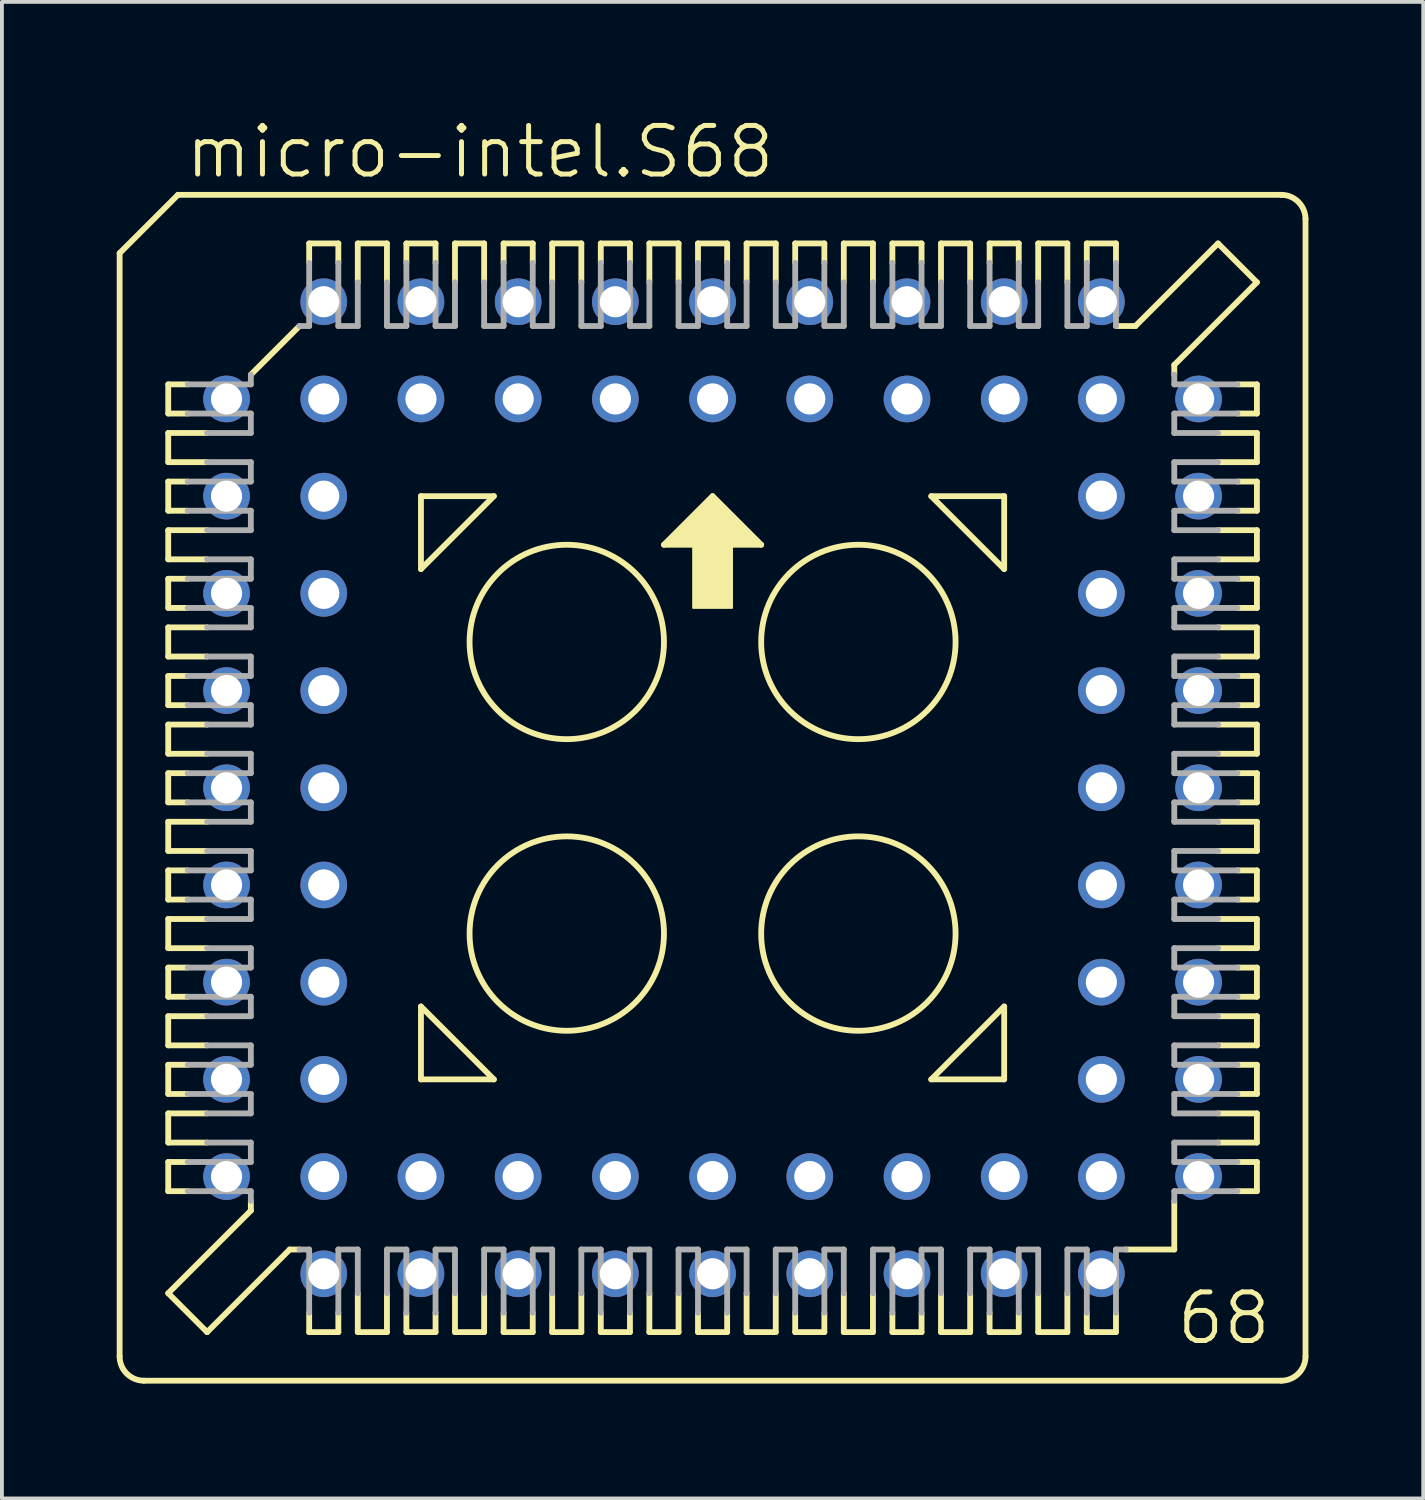
<source format=kicad_pcb>
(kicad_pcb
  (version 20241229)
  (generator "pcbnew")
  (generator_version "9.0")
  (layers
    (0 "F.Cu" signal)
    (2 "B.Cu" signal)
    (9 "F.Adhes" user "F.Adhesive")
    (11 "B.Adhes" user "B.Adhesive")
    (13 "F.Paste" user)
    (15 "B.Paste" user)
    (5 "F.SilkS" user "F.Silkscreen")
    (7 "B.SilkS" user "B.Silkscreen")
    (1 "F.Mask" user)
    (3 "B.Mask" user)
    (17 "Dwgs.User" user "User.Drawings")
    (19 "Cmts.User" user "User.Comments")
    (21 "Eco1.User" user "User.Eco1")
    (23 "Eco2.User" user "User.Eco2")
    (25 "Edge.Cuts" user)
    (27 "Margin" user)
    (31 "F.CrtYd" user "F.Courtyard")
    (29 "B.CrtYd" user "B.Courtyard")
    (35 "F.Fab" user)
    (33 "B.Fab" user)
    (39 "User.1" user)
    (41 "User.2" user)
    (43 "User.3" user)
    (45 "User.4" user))
  (footprint "micro-intel.S68"
    (layer "F.Cu")
    (at 15.57 17.535)
    (property "Reference" "micro-intel.S68" (at -13.843 -15.875 0) (layer "F.SilkS") (effects (font (size 1.27 1.27) (thickness 0.13)) (justify left bottom)))
    (attr through_hole)
    (fp_line (start -15.494 -13.97) (end -15.494 14.859) (stroke (width 0.152) (type default)) (layer "F.SilkS"))
    (fp_line (start -14.224 -10.541) (end -14.224 -9.779) (stroke (width 0.152) (type default)) (layer "F.SilkS"))
    (fp_line (start -14.224 -9.779) (end -13.716 -9.779) (stroke (width 0.152) (type default)) (layer "F.SilkS"))
    (fp_line (start -14.224 -9.271) (end -14.224 -8.509) (stroke (width 0.152) (type default)) (layer "F.SilkS"))
    (fp_line (start -14.224 -8.509) (end -13.208 -8.509) (stroke (width 0.152) (type default)) (layer "F.SilkS"))
    (fp_line (start -14.224 -8.001) (end -13.716 -8.001) (stroke (width 0.152) (type default)) (layer "F.SilkS"))
    (fp_line (start -14.224 -7.239) (end -14.224 -8.001) (stroke (width 0.152) (type default)) (layer "F.SilkS"))
    (fp_line (start -14.224 -6.731) (end -14.224 -5.969) (stroke (width 0.152) (type default)) (layer "F.SilkS"))
    (fp_line (start -14.224 -5.969) (end -13.208 -5.969) (stroke (width 0.152) (type default)) (layer "F.SilkS"))
    (fp_line (start -14.224 -5.461) (end -14.224 -4.699) (stroke (width 0.152) (type default)) (layer "F.SilkS"))
    (fp_line (start -14.224 -4.699) (end -13.716 -4.699) (stroke (width 0.152) (type default)) (layer "F.SilkS"))
    (fp_line (start -14.224 -4.191) (end -14.224 -3.429) (stroke (width 0.152) (type default)) (layer "F.SilkS"))
    (fp_line (start -14.224 -3.429) (end -13.208 -3.429) (stroke (width 0.152) (type default)) (layer "F.SilkS"))
    (fp_line (start -14.224 -2.921) (end -14.224 -2.159) (stroke (width 0.152) (type default)) (layer "F.SilkS"))
    (fp_line (start -14.224 -2.159) (end -13.716 -2.159) (stroke (width 0.152) (type default)) (layer "F.SilkS"))
    (fp_line (start -14.224 -1.651) (end -13.208 -1.651) (stroke (width 0.152) (type default)) (layer "F.SilkS"))
    (fp_line (start -14.224 -0.889) (end -14.224 -1.651) (stroke (width 0.152) (type default)) (layer "F.SilkS"))
    (fp_line (start -14.224 -0.381) (end -13.716 -0.381) (stroke (width 0.152) (type default)) (layer "F.SilkS"))
    (fp_line (start -14.224 0.381) (end -14.224 -0.381) (stroke (width 0.152) (type default)) (layer "F.SilkS"))
    (fp_line (start -14.224 0.889) (end -13.208 0.889) (stroke (width 0.152) (type default)) (layer "F.SilkS"))
    (fp_line (start -14.224 1.651) (end -14.224 0.889) (stroke (width 0.152) (type default)) (layer "F.SilkS"))
    (fp_line (start -14.224 2.159) (end -13.716 2.159) (stroke (width 0.152) (type default)) (layer "F.SilkS"))
    (fp_line (start -14.224 2.921) (end -14.224 2.159) (stroke (width 0.152) (type default)) (layer "F.SilkS"))
    (fp_line (start -14.224 3.429) (end -13.208 3.429) (stroke (width 0.152) (type default)) (layer "F.SilkS"))
    (fp_line (start -14.224 4.191) (end -14.224 3.429) (stroke (width 0.152) (type default)) (layer "F.SilkS"))
    (fp_line (start -14.224 4.699) (end -13.716 4.699) (stroke (width 0.152) (type default)) (layer "F.SilkS"))
    (fp_line (start -14.224 5.461) (end -14.224 4.699) (stroke (width 0.152) (type default)) (layer "F.SilkS"))
    (fp_line (start -14.224 5.969) (end -14.224 6.731) (stroke (width 0.152) (type default)) (layer "F.SilkS"))
    (fp_line (start -14.224 6.731) (end -13.208 6.731) (stroke (width 0.152) (type default)) (layer "F.SilkS"))
    (fp_line (start -14.224 7.239) (end -14.224 8.001) (stroke (width 0.152) (type default)) (layer "F.SilkS"))
    (fp_line (start -14.224 8.001) (end -13.716 8.001) (stroke (width 0.152) (type default)) (layer "F.SilkS"))
    (fp_line (start -14.224 8.509) (end -14.224 9.271) (stroke (width 0.152) (type default)) (layer "F.SilkS"))
    (fp_line (start -14.224 9.271) (end -13.208 9.271) (stroke (width 0.152) (type default)) (layer "F.SilkS"))
    (fp_line (start -14.224 9.779) (end -13.716 9.779) (stroke (width 0.152) (type default)) (layer "F.SilkS"))
    (fp_line (start -14.224 10.541) (end -14.224 9.779) (stroke (width 0.152) (type default)) (layer "F.SilkS"))
    (fp_line (start -14.224 13.208) (end -12.065 11.049) (stroke (width 0.152) (type default)) (layer "F.SilkS"))
    (fp_line (start -13.97 -15.494) (end -15.494 -13.97) (stroke (width 0.152) (type default)) (layer "F.SilkS"))
    (fp_line (start -13.716 -10.541) (end -14.224 -10.541) (stroke (width 0.152) (type default)) (layer "F.SilkS"))
    (fp_line (start -13.716 -7.239) (end -14.224 -7.239) (stroke (width 0.152) (type default)) (layer "F.SilkS"))
    (fp_line (start -13.716 -5.461) (end -14.224 -5.461) (stroke (width 0.152) (type default)) (layer "F.SilkS"))
    (fp_line (start -13.716 -2.921) (end -14.224 -2.921) (stroke (width 0.152) (type default)) (layer "F.SilkS"))
    (fp_line (start -13.716 0.381) (end -14.224 0.381) (stroke (width 0.152) (type default)) (layer "F.SilkS"))
    (fp_line (start -13.716 2.921) (end -14.224 2.921) (stroke (width 0.152) (type default)) (layer "F.SilkS"))
    (fp_line (start -13.716 5.461) (end -14.224 5.461) (stroke (width 0.152) (type default)) (layer "F.SilkS"))
    (fp_line (start -13.716 7.239) (end -14.224 7.239) (stroke (width 0.152) (type default)) (layer "F.SilkS"))
    (fp_line (start -13.716 10.541) (end -14.224 10.541) (stroke (width 0.152) (type default)) (layer "F.SilkS"))
    (fp_line (start -13.208 -9.271) (end -14.224 -9.271) (stroke (width 0.152) (type default)) (layer "F.SilkS"))
    (fp_line (start -13.208 -6.731) (end -14.224 -6.731) (stroke (width 0.152) (type default)) (layer "F.SilkS"))
    (fp_line (start -13.208 -4.191) (end -14.224 -4.191) (stroke (width 0.152) (type default)) (layer "F.SilkS"))
    (fp_line (start -13.208 -0.889) (end -14.224 -0.889) (stroke (width 0.152) (type default)) (layer "F.SilkS"))
    (fp_line (start -13.208 1.651) (end -14.224 1.651) (stroke (width 0.152) (type default)) (layer "F.SilkS"))
    (fp_line (start -13.208 4.191) (end -14.224 4.191) (stroke (width 0.152) (type default)) (layer "F.SilkS"))
    (fp_line (start -13.208 5.969) (end -14.224 5.969) (stroke (width 0.152) (type default)) (layer "F.SilkS"))
    (fp_line (start -13.208 8.509) (end -14.224 8.509) (stroke (width 0.152) (type default)) (layer "F.SilkS"))
    (fp_line (start -13.208 14.224) (end -14.224 13.208) (stroke (width 0.152) (type default)) (layer "F.SilkS"))
    (fp_line (start -13.208 14.224) (end -11.049 12.065) (stroke (width 0.152) (type default)) (layer "F.SilkS"))
    (fp_line (start -12.065 -10.795) (end -10.795 -12.065) (stroke (width 0.152) (type default)) (layer "F.SilkS"))
    (fp_line (start -12.065 11.049) (end -12.065 10.795) (stroke (width 0.152) (type default)) (layer "F.SilkS"))
    (fp_line (start -11.049 12.065) (end -10.795 12.065) (stroke (width 0.152) (type default)) (layer "F.SilkS"))
    (fp_line (start -10.541 -14.224) (end -10.541 -13.716) (stroke (width 0.152) (type default)) (layer "F.SilkS"))
    (fp_line (start -10.541 13.716) (end -10.541 14.224) (stroke (width 0.152) (type default)) (layer "F.SilkS"))
    (fp_line (start -10.541 14.224) (end -9.779 14.224) (stroke (width 0.152) (type default)) (layer "F.SilkS"))
    (fp_line (start -9.779 -14.224) (end -10.541 -14.224) (stroke (width 0.152) (type default)) (layer "F.SilkS"))
    (fp_line (start -9.779 -13.716) (end -9.779 -14.224) (stroke (width 0.152) (type default)) (layer "F.SilkS"))
    (fp_line (start -9.779 14.224) (end -9.779 13.716) (stroke (width 0.152) (type default)) (layer "F.SilkS"))
    (fp_line (start -9.271 -14.224) (end -9.271 -13.208) (stroke (width 0.152) (type default)) (layer "F.SilkS"))
    (fp_line (start -9.271 13.208) (end -9.271 14.224) (stroke (width 0.152) (type default)) (layer "F.SilkS"))
    (fp_line (start -9.271 14.224) (end -8.509 14.224) (stroke (width 0.152) (type default)) (layer "F.SilkS"))
    (fp_line (start -8.509 -14.224) (end -9.271 -14.224) (stroke (width 0.152) (type default)) (layer "F.SilkS"))
    (fp_line (start -8.509 -13.208) (end -8.509 -14.224) (stroke (width 0.152) (type default)) (layer "F.SilkS"))
    (fp_line (start -8.509 14.224) (end -8.509 13.208) (stroke (width 0.152) (type default)) (layer "F.SilkS"))
    (fp_line (start -8.001 -14.224) (end -8.001 -13.716) (stroke (width 0.152) (type default)) (layer "F.SilkS"))
    (fp_line (start -8.001 14.224) (end -8.001 13.716) (stroke (width 0.152) (type default)) (layer "F.SilkS"))
    (fp_line (start -7.62 -7.62) (end -5.715 -7.62) (stroke (width 0.152) (type default)) (layer "F.SilkS"))
    (fp_line (start -7.62 -5.715) (end -7.62 -7.62) (stroke (width 0.152) (type default)) (layer "F.SilkS"))
    (fp_line (start -7.62 5.715) (end -5.715 7.62) (stroke (width 0.152) (type default)) (layer "F.SilkS"))
    (fp_line (start -7.62 7.62) (end -7.62 5.715) (stroke (width 0.152) (type default)) (layer "F.SilkS"))
    (fp_line (start -7.239 -14.224) (end -8.001 -14.224) (stroke (width 0.152) (type default)) (layer "F.SilkS"))
    (fp_line (start -7.239 -13.716) (end -7.239 -14.224) (stroke (width 0.152) (type default)) (layer "F.SilkS"))
    (fp_line (start -7.239 13.716) (end -7.239 14.224) (stroke (width 0.152) (type default)) (layer "F.SilkS"))
    (fp_line (start -7.239 14.224) (end -8.001 14.224) (stroke (width 0.152) (type default)) (layer "F.SilkS"))
    (fp_line (start -6.731 -14.224) (end -6.731 -13.208) (stroke (width 0.152) (type default)) (layer "F.SilkS"))
    (fp_line (start -6.731 13.208) (end -6.731 14.224) (stroke (width 0.152) (type default)) (layer "F.SilkS"))
    (fp_line (start -6.731 14.224) (end -5.969 14.224) (stroke (width 0.152) (type default)) (layer "F.SilkS"))
    (fp_line (start -5.969 -14.224) (end -6.731 -14.224) (stroke (width 0.152) (type default)) (layer "F.SilkS"))
    (fp_line (start -5.969 -13.208) (end -5.969 -14.224) (stroke (width 0.152) (type default)) (layer "F.SilkS"))
    (fp_line (start -5.969 14.224) (end -5.969 13.208) (stroke (width 0.152) (type default)) (layer "F.SilkS"))
    (fp_line (start -5.715 -7.62) (end -7.62 -5.715) (stroke (width 0.152) (type default)) (layer "F.SilkS"))
    (fp_line (start -5.715 7.62) (end -7.62 7.62) (stroke (width 0.152) (type default)) (layer "F.SilkS"))
    (fp_line (start -5.461 -14.224) (end -5.461 -13.716) (stroke (width 0.152) (type default)) (layer "F.SilkS"))
    (fp_line (start -5.461 13.716) (end -5.461 14.224) (stroke (width 0.152) (type default)) (layer "F.SilkS"))
    (fp_line (start -5.461 14.224) (end -4.699 14.224) (stroke (width 0.152) (type default)) (layer "F.SilkS"))
    (fp_line (start -4.699 -14.224) (end -5.461 -14.224) (stroke (width 0.152) (type default)) (layer "F.SilkS"))
    (fp_line (start -4.699 -13.716) (end -4.699 -14.224) (stroke (width 0.152) (type default)) (layer "F.SilkS"))
    (fp_line (start -4.699 14.224) (end -4.699 13.716) (stroke (width 0.152) (type default)) (layer "F.SilkS"))
    (fp_line (start -4.191 -14.224) (end -4.191 -13.208) (stroke (width 0.152) (type default)) (layer "F.SilkS"))
    (fp_line (start -4.191 13.208) (end -4.191 14.224) (stroke (width 0.152) (type default)) (layer "F.SilkS"))
    (fp_line (start -4.191 14.224) (end -3.429 14.224) (stroke (width 0.152) (type default)) (layer "F.SilkS"))
    (fp_line (start -3.429 -14.224) (end -4.191 -14.224) (stroke (width 0.152) (type default)) (layer "F.SilkS"))
    (fp_line (start -3.429 -13.208) (end -3.429 -14.224) (stroke (width 0.152) (type default)) (layer "F.SilkS"))
    (fp_line (start -3.429 14.224) (end -3.429 13.208) (stroke (width 0.152) (type default)) (layer "F.SilkS"))
    (fp_line (start -2.921 -14.224) (end -2.921 -13.716) (stroke (width 0.152) (type default)) (layer "F.SilkS"))
    (fp_line (start -2.921 13.716) (end -2.921 14.224) (stroke (width 0.152) (type default)) (layer "F.SilkS"))
    (fp_line (start -2.921 14.224) (end -2.159 14.224) (stroke (width 0.152) (type default)) (layer "F.SilkS"))
    (fp_line (start -2.159 -14.224) (end -2.921 -14.224) (stroke (width 0.152) (type default)) (layer "F.SilkS"))
    (fp_line (start -2.159 -13.716) (end -2.159 -14.224) (stroke (width 0.152) (type default)) (layer "F.SilkS"))
    (fp_line (start -2.159 14.224) (end -2.159 13.716) (stroke (width 0.152) (type default)) (layer "F.SilkS"))
    (fp_line (start -1.651 -14.224) (end -1.651 -13.208) (stroke (width 0.152) (type default)) (layer "F.SilkS"))
    (fp_line (start -1.651 13.208) (end -1.651 14.224) (stroke (width 0.152) (type default)) (layer "F.SilkS"))
    (fp_line (start -1.651 14.224) (end -0.889 14.224) (stroke (width 0.152) (type default)) (layer "F.SilkS"))
    (fp_line (start -1.27 -6.35) (end 1.27 -6.35) (stroke (width 0.152) (type default)) (layer "F.SilkS"))
    (fp_line (start -0.889 -14.224) (end -1.651 -14.224) (stroke (width 0.152) (type default)) (layer "F.SilkS"))
    (fp_line (start -0.889 -13.208) (end -0.889 -14.224) (stroke (width 0.152) (type default)) (layer "F.SilkS"))
    (fp_line (start -0.889 14.224) (end -0.889 13.208) (stroke (width 0.152) (type default)) (layer "F.SilkS"))
    (fp_line (start -0.381 -14.224) (end -0.381 -13.716) (stroke (width 0.152) (type default)) (layer "F.SilkS"))
    (fp_line (start -0.381 13.716) (end -0.381 14.224) (stroke (width 0.152) (type default)) (layer "F.SilkS"))
    (fp_line (start -0.381 14.224) (end 0.381 14.224) (stroke (width 0.152) (type default)) (layer "F.SilkS"))
    (fp_line (start 0 -7.62) (end -1.27 -6.35) (stroke (width 0.152) (type default)) (layer "F.SilkS"))
    (fp_line (start 0.381 -14.224) (end -0.381 -14.224) (stroke (width 0.152) (type default)) (layer "F.SilkS"))
    (fp_line (start 0.381 -13.716) (end 0.381 -14.224) (stroke (width 0.152) (type default)) (layer "F.SilkS"))
    (fp_line (start 0.381 14.224) (end 0.381 13.716) (stroke (width 0.152) (type default)) (layer "F.SilkS"))
    (fp_line (start 0.889 -14.224) (end 0.889 -13.208) (stroke (width 0.152) (type default)) (layer "F.SilkS"))
    (fp_line (start 0.889 13.208) (end 0.889 14.224) (stroke (width 0.152) (type default)) (layer "F.SilkS"))
    (fp_line (start 0.889 14.224) (end 1.651 14.224) (stroke (width 0.152) (type default)) (layer "F.SilkS"))
    (fp_line (start 1.27 -6.35) (end 0 -7.62) (stroke (width 0.152) (type default)) (layer "F.SilkS"))
    (fp_line (start 1.651 -14.224) (end 0.889 -14.224) (stroke (width 0.152) (type default)) (layer "F.SilkS"))
    (fp_line (start 1.651 -13.208) (end 1.651 -14.224) (stroke (width 0.152) (type default)) (layer "F.SilkS"))
    (fp_line (start 1.651 14.224) (end 1.651 13.208) (stroke (width 0.152) (type default)) (layer "F.SilkS"))
    (fp_line (start 2.159 -14.224) (end 2.159 -13.716) (stroke (width 0.152) (type default)) (layer "F.SilkS"))
    (fp_line (start 2.159 13.716) (end 2.159 14.224) (stroke (width 0.152) (type default)) (layer "F.SilkS"))
    (fp_line (start 2.159 14.224) (end 2.921 14.224) (stroke (width 0.152) (type default)) (layer "F.SilkS"))
    (fp_line (start 2.921 -14.224) (end 2.159 -14.224) (stroke (width 0.152) (type default)) (layer "F.SilkS"))
    (fp_line (start 2.921 -13.716) (end 2.921 -14.224) (stroke (width 0.152) (type default)) (layer "F.SilkS"))
    (fp_line (start 2.921 14.224) (end 2.921 13.716) (stroke (width 0.152) (type default)) (layer "F.SilkS"))
    (fp_line (start 3.429 -14.224) (end 3.429 -13.208) (stroke (width 0.152) (type default)) (layer "F.SilkS"))
    (fp_line (start 3.429 13.208) (end 3.429 14.224) (stroke (width 0.152) (type default)) (layer "F.SilkS"))
    (fp_line (start 3.429 14.224) (end 4.191 14.224) (stroke (width 0.152) (type default)) (layer "F.SilkS"))
    (fp_line (start 4.191 -14.224) (end 3.429 -14.224) (stroke (width 0.152) (type default)) (layer "F.SilkS"))
    (fp_line (start 4.191 -13.208) (end 4.191 -14.224) (stroke (width 0.152) (type default)) (layer "F.SilkS"))
    (fp_line (start 4.191 14.224) (end 4.191 13.208) (stroke (width 0.152) (type default)) (layer "F.SilkS"))
    (fp_line (start 4.699 -14.224) (end 4.699 -13.716) (stroke (width 0.152) (type default)) (layer "F.SilkS"))
    (fp_line (start 4.699 13.716) (end 4.699 14.224) (stroke (width 0.152) (type default)) (layer "F.SilkS"))
    (fp_line (start 4.699 14.224) (end 5.461 14.224) (stroke (width 0.152) (type default)) (layer "F.SilkS"))
    (fp_line (start 5.461 -14.224) (end 4.699 -14.224) (stroke (width 0.152) (type default)) (layer "F.SilkS"))
    (fp_line (start 5.461 -13.716) (end 5.461 -14.224) (stroke (width 0.152) (type default)) (layer "F.SilkS"))
    (fp_line (start 5.461 14.224) (end 5.461 13.716) (stroke (width 0.152) (type default)) (layer "F.SilkS"))
    (fp_line (start 5.715 -7.62) (end 7.62 -7.62) (stroke (width 0.152) (type default)) (layer "F.SilkS"))
    (fp_line (start 5.715 7.62) (end 7.62 7.62) (stroke (width 0.152) (type default)) (layer "F.SilkS"))
    (fp_line (start 5.969 -14.224) (end 5.969 -13.208) (stroke (width 0.152) (type default)) (layer "F.SilkS"))
    (fp_line (start 5.969 13.208) (end 5.969 14.224) (stroke (width 0.152) (type default)) (layer "F.SilkS"))
    (fp_line (start 5.969 14.224) (end 6.731 14.224) (stroke (width 0.152) (type default)) (layer "F.SilkS"))
    (fp_line (start 6.731 -14.224) (end 5.969 -14.224) (stroke (width 0.152) (type default)) (layer "F.SilkS"))
    (fp_line (start 6.731 -13.208) (end 6.731 -14.224) (stroke (width 0.152) (type default)) (layer "F.SilkS"))
    (fp_line (start 6.731 14.224) (end 6.731 13.208) (stroke (width 0.152) (type default)) (layer "F.SilkS"))
    (fp_line (start 7.239 -14.224) (end 8.001 -14.224) (stroke (width 0.152) (type default)) (layer "F.SilkS"))
    (fp_line (start 7.239 -13.716) (end 7.239 -14.224) (stroke (width 0.152) (type default)) (layer "F.SilkS"))
    (fp_line (start 7.239 13.716) (end 7.239 14.224) (stroke (width 0.152) (type default)) (layer "F.SilkS"))
    (fp_line (start 7.239 14.224) (end 8.001 14.224) (stroke (width 0.152) (type default)) (layer "F.SilkS"))
    (fp_line (start 7.62 -7.62) (end 7.62 -5.715) (stroke (width 0.152) (type default)) (layer "F.SilkS"))
    (fp_line (start 7.62 -5.715) (end 5.715 -7.62) (stroke (width 0.152) (type default)) (layer "F.SilkS"))
    (fp_line (start 7.62 5.715) (end 5.715 7.62) (stroke (width 0.152) (type default)) (layer "F.SilkS"))
    (fp_line (start 7.62 7.62) (end 7.62 5.715) (stroke (width 0.152) (type default)) (layer "F.SilkS"))
    (fp_line (start 8.001 -14.224) (end 8.001 -13.716) (stroke (width 0.152) (type default)) (layer "F.SilkS"))
    (fp_line (start 8.001 14.224) (end 8.001 13.716) (stroke (width 0.152) (type default)) (layer "F.SilkS"))
    (fp_line (start 8.509 -14.224) (end 8.509 -13.208) (stroke (width 0.152) (type default)) (layer "F.SilkS"))
    (fp_line (start 8.509 13.208) (end 8.509 14.224) (stroke (width 0.152) (type default)) (layer "F.SilkS"))
    (fp_line (start 8.509 14.224) (end 9.271 14.224) (stroke (width 0.152) (type default)) (layer "F.SilkS"))
    (fp_line (start 9.271 -14.224) (end 8.509 -14.224) (stroke (width 0.152) (type default)) (layer "F.SilkS"))
    (fp_line (start 9.271 -13.208) (end 9.271 -14.224) (stroke (width 0.152) (type default)) (layer "F.SilkS"))
    (fp_line (start 9.271 14.224) (end 9.271 13.208) (stroke (width 0.152) (type default)) (layer "F.SilkS"))
    (fp_line (start 9.779 -14.224) (end 9.779 -13.716) (stroke (width 0.152) (type default)) (layer "F.SilkS"))
    (fp_line (start 9.779 13.716) (end 9.779 14.224) (stroke (width 0.152) (type default)) (layer "F.SilkS"))
    (fp_line (start 9.779 14.224) (end 10.541 14.224) (stroke (width 0.152) (type default)) (layer "F.SilkS"))
    (fp_line (start 10.541 -14.224) (end 9.779 -14.224) (stroke (width 0.152) (type default)) (layer "F.SilkS"))
    (fp_line (start 10.541 -13.716) (end 10.541 -14.224) (stroke (width 0.152) (type default)) (layer "F.SilkS"))
    (fp_line (start 10.541 14.224) (end 10.541 13.716) (stroke (width 0.152) (type default)) (layer "F.SilkS"))
    (fp_line (start 10.795 12.065) (end 12.065 12.065) (stroke (width 0.152) (type default)) (layer "F.SilkS"))
    (fp_line (start 11.049 -12.065) (end 10.541 -12.065) (stroke (width 0.152) (type default)) (layer "F.SilkS"))
    (fp_line (start 12.065 -11.049) (end 12.065 -10.795) (stroke (width 0.152) (type default)) (layer "F.SilkS"))
    (fp_line (start 12.065 12.065) (end 12.065 10.795) (stroke (width 0.152) (type default)) (layer "F.SilkS"))
    (fp_line (start 13.208 -14.224) (end 11.049 -12.065) (stroke (width 0.152) (type default)) (layer "F.SilkS"))
    (fp_line (start 13.208 -8.509) (end 14.224 -8.509) (stroke (width 0.152) (type default)) (layer "F.SilkS"))
    (fp_line (start 13.208 -5.969) (end 14.224 -5.969) (stroke (width 0.152) (type default)) (layer "F.SilkS"))
    (fp_line (start 13.208 -4.191) (end 14.224 -4.191) (stroke (width 0.152) (type default)) (layer "F.SilkS"))
    (fp_line (start 13.208 -1.651) (end 14.224 -1.651) (stroke (width 0.152) (type default)) (layer "F.SilkS"))
    (fp_line (start 13.208 0.889) (end 14.224 0.889) (stroke (width 0.152) (type default)) (layer "F.SilkS"))
    (fp_line (start 13.208 4.191) (end 14.224 4.191) (stroke (width 0.152) (type default)) (layer "F.SilkS"))
    (fp_line (start 13.208 6.731) (end 14.224 6.731) (stroke (width 0.152) (type default)) (layer "F.SilkS"))
    (fp_line (start 13.208 9.271) (end 14.224 9.271) (stroke (width 0.152) (type default)) (layer "F.SilkS"))
    (fp_line (start 13.716 -10.541) (end 14.224 -10.541) (stroke (width 0.152) (type default)) (layer "F.SilkS"))
    (fp_line (start 13.716 -7.239) (end 14.224 -7.239) (stroke (width 0.152) (type default)) (layer "F.SilkS"))
    (fp_line (start 13.716 -5.461) (end 14.224 -5.461) (stroke (width 0.152) (type default)) (layer "F.SilkS"))
    (fp_line (start 13.716 -2.921) (end 14.224 -2.921) (stroke (width 0.152) (type default)) (layer "F.SilkS"))
    (fp_line (start 13.716 -0.381) (end 14.224 -0.381) (stroke (width 0.152) (type default)) (layer "F.SilkS"))
    (fp_line (start 13.716 2.921) (end 14.224 2.921) (stroke (width 0.152) (type default)) (layer "F.SilkS"))
    (fp_line (start 13.716 5.461) (end 14.224 5.461) (stroke (width 0.152) (type default)) (layer "F.SilkS"))
    (fp_line (start 13.716 7.239) (end 14.224 7.239) (stroke (width 0.152) (type default)) (layer "F.SilkS"))
    (fp_line (start 13.716 10.541) (end 14.224 10.541) (stroke (width 0.152) (type default)) (layer "F.SilkS"))
    (fp_line (start 14.224 -13.208) (end 12.065 -11.049) (stroke (width 0.152) (type default)) (layer "F.SilkS"))
    (fp_line (start 14.224 -13.208) (end 13.208 -14.224) (stroke (width 0.152) (type default)) (layer "F.SilkS"))
    (fp_line (start 14.224 -10.541) (end 14.224 -9.779) (stroke (width 0.152) (type default)) (layer "F.SilkS"))
    (fp_line (start 14.224 -9.779) (end 13.716 -9.779) (stroke (width 0.152) (type default)) (layer "F.SilkS"))
    (fp_line (start 14.224 -9.271) (end 13.208 -9.271) (stroke (width 0.152) (type default)) (layer "F.SilkS"))
    (fp_line (start 14.224 -8.509) (end 14.224 -9.271) (stroke (width 0.152) (type default)) (layer "F.SilkS"))
    (fp_line (start 14.224 -8.001) (end 13.716 -8.001) (stroke (width 0.152) (type default)) (layer "F.SilkS"))
    (fp_line (start 14.224 -7.239) (end 14.224 -8.001) (stroke (width 0.152) (type default)) (layer "F.SilkS"))
    (fp_line (start 14.224 -6.731) (end 13.208 -6.731) (stroke (width 0.152) (type default)) (layer "F.SilkS"))
    (fp_line (start 14.224 -5.969) (end 14.224 -6.731) (stroke (width 0.152) (type default)) (layer "F.SilkS"))
    (fp_line (start 14.224 -5.461) (end 14.224 -4.699) (stroke (width 0.152) (type default)) (layer "F.SilkS"))
    (fp_line (start 14.224 -4.699) (end 13.716 -4.699) (stroke (width 0.152) (type default)) (layer "F.SilkS"))
    (fp_line (start 14.224 -4.191) (end 14.224 -3.429) (stroke (width 0.152) (type default)) (layer "F.SilkS"))
    (fp_line (start 14.224 -3.429) (end 13.208 -3.429) (stroke (width 0.152) (type default)) (layer "F.SilkS"))
    (fp_line (start 14.224 -2.921) (end 14.224 -2.159) (stroke (width 0.152) (type default)) (layer "F.SilkS"))
    (fp_line (start 14.224 -2.159) (end 13.716 -2.159) (stroke (width 0.152) (type default)) (layer "F.SilkS"))
    (fp_line (start 14.224 -1.651) (end 14.224 -0.889) (stroke (width 0.152) (type default)) (layer "F.SilkS"))
    (fp_line (start 14.224 -0.889) (end 13.208 -0.889) (stroke (width 0.152) (type default)) (layer "F.SilkS"))
    (fp_line (start 14.224 -0.381) (end 14.224 0.381) (stroke (width 0.152) (type default)) (layer "F.SilkS"))
    (fp_line (start 14.224 0.381) (end 13.716 0.381) (stroke (width 0.152) (type default)) (layer "F.SilkS"))
    (fp_line (start 14.224 0.889) (end 14.224 1.651) (stroke (width 0.152) (type default)) (layer "F.SilkS"))
    (fp_line (start 14.224 1.651) (end 13.208 1.651) (stroke (width 0.152) (type default)) (layer "F.SilkS"))
    (fp_line (start 14.224 2.159) (end 13.716 2.159) (stroke (width 0.152) (type default)) (layer "F.SilkS"))
    (fp_line (start 14.224 2.921) (end 14.224 2.159) (stroke (width 0.152) (type default)) (layer "F.SilkS"))
    (fp_line (start 14.224 3.429) (end 13.208 3.429) (stroke (width 0.152) (type default)) (layer "F.SilkS"))
    (fp_line (start 14.224 4.191) (end 14.224 3.429) (stroke (width 0.152) (type default)) (layer "F.SilkS"))
    (fp_line (start 14.224 4.699) (end 13.716 4.699) (stroke (width 0.152) (type default)) (layer "F.SilkS"))
    (fp_line (start 14.224 5.461) (end 14.224 4.699) (stroke (width 0.152) (type default)) (layer "F.SilkS"))
    (fp_line (start 14.224 5.969) (end 13.208 5.969) (stroke (width 0.152) (type default)) (layer "F.SilkS"))
    (fp_line (start 14.224 6.731) (end 14.224 5.969) (stroke (width 0.152) (type default)) (layer "F.SilkS"))
    (fp_line (start 14.224 7.239) (end 14.224 8.001) (stroke (width 0.152) (type default)) (layer "F.SilkS"))
    (fp_line (start 14.224 8.001) (end 13.716 8.001) (stroke (width 0.152) (type default)) (layer "F.SilkS"))
    (fp_line (start 14.224 8.509) (end 13.208 8.509) (stroke (width 0.152) (type default)) (layer "F.SilkS"))
    (fp_line (start 14.224 9.271) (end 14.224 8.509) (stroke (width 0.152) (type default)) (layer "F.SilkS"))
    (fp_line (start 14.224 9.779) (end 13.716 9.779) (stroke (width 0.152) (type default)) (layer "F.SilkS"))
    (fp_line (start 14.224 10.541) (end 14.224 9.779) (stroke (width 0.152) (type default)) (layer "F.SilkS"))
    (fp_line (start 14.859 -15.494) (end -13.97 -15.494) (stroke (width 0.152) (type default)) (layer "F.SilkS"))
    (fp_line (start 14.859 15.494) (end -14.859 15.494) (stroke (width 0.152) (type default)) (layer "F.SilkS"))
    (fp_line (start 15.494 -14.859) (end 15.494 14.859) (stroke (width 0.152) (type default)) (layer "F.SilkS"))
    (fp_rect (start -1.143 -6.35) (end -0.889 -6.477) (stroke (width 0.05) (type default)) (fill yes) (layer "F.SilkS"))
    (fp_rect (start -1.016 -6.477) (end -0.889 -6.604) (stroke (width 0.05) (type default)) (fill yes) (layer "F.SilkS"))
    (fp_rect (start -0.889 -6.35) (end 0.889 -6.731) (stroke (width 0.05) (type default)) (fill yes) (layer "F.SilkS"))
    (fp_rect (start -0.762 -6.731) (end -0.635 -6.858) (stroke (width 0.05) (type default)) (fill yes) (layer "F.SilkS"))
    (fp_rect (start -0.635 -6.731) (end 0.635 -6.985) (stroke (width 0.05) (type default)) (fill yes) (layer "F.SilkS"))
    (fp_rect (start -0.508 -6.985) (end -0.381 -7.112) (stroke (width 0.05) (type default)) (fill yes) (layer "F.SilkS"))
    (fp_rect (start -0.508 -4.699) (end 0.508 -6.604) (stroke (width 0.05) (type default)) (fill yes) (layer "F.SilkS"))
    (fp_rect (start -0.381 -6.985) (end 0.381 -7.239) (stroke (width 0.05) (type default)) (fill yes) (layer "F.SilkS"))
    (fp_rect (start -0.254 -7.239) (end -0.127 -7.366) (stroke (width 0.05) (type default)) (fill yes) (layer "F.SilkS"))
    (fp_rect (start -0.127 -7.239) (end 0.127 -7.493) (stroke (width 0.05) (type default)) (fill yes) (layer "F.SilkS"))
    (fp_rect (start 0.127 -7.239) (end 0.254 -7.366) (stroke (width 0.05) (type default)) (fill yes) (layer "F.SilkS"))
    (fp_rect (start 0.381 -6.985) (end 0.508 -7.112) (stroke (width 0.05) (type default)) (fill yes) (layer "F.SilkS"))
    (fp_rect (start 0.635 -6.731) (end 0.762 -6.858) (stroke (width 0.05) (type default)) (fill yes) (layer "F.SilkS"))
    (fp_rect (start 0.889 -6.477) (end 1.016 -6.604) (stroke (width 0.05) (type default)) (fill yes) (layer "F.SilkS"))
    (fp_rect (start 0.889 -6.35) (end 1.143 -6.477) (stroke (width 0.05) (type default)) (fill yes) (layer "F.SilkS"))
    (fp_arc (start -14.859 15.494) (mid -15.308013 15.308013) (end -15.494 14.859) (stroke (width 0.1524) (type default)) (layer "F.SilkS"))
    (fp_arc (start 14.859 -15.494) (mid 15.308013 -15.308013) (end 15.494 -14.859) (stroke (width 0.1524) (type default)) (layer "F.SilkS"))
    (fp_arc (start 15.494 14.859) (mid 15.308013 15.308013) (end 14.859 15.494) (stroke (width 0.1524) (type default)) (layer "F.SilkS"))
    (fp_circle (center -3.81 -3.81) (end -1.27 -3.81) (stroke (width 0.152) (type default)) (fill no) (layer "F.SilkS"))
    (fp_circle (center -3.81 3.81) (end -1.27 3.81) (stroke (width 0.152) (type default)) (fill no) (layer "F.SilkS"))
    (fp_circle (center 3.81 -3.81) (end 6.35 -3.81) (stroke (width 0.152) (type default)) (fill no) (layer "F.SilkS"))
    (fp_circle (center 3.81 3.81) (end 6.35 3.81) (stroke (width 0.152) (type default)) (fill no) (layer "F.SilkS"))
    (fp_line (start -13.716 -10.541) (end -12.065 -10.541) (stroke (width 0.152) (type default)) (layer "F.Fab"))
    (fp_line (start -13.716 -7.239) (end -12.065 -7.239) (stroke (width 0.152) (type default)) (layer "F.Fab"))
    (fp_line (start -13.716 -5.461) (end -12.065 -5.461) (stroke (width 0.152) (type default)) (layer "F.Fab"))
    (fp_line (start -13.716 -2.921) (end -12.065 -2.921) (stroke (width 0.152) (type default)) (layer "F.Fab"))
    (fp_line (start -13.716 0.381) (end -12.065 0.381) (stroke (width 0.152) (type default)) (layer "F.Fab"))
    (fp_line (start -13.716 2.921) (end -12.065 2.921) (stroke (width 0.152) (type default)) (layer "F.Fab"))
    (fp_line (start -13.716 5.461) (end -12.065 5.461) (stroke (width 0.152) (type default)) (layer "F.Fab"))
    (fp_line (start -13.716 7.239) (end -12.065 7.239) (stroke (width 0.152) (type default)) (layer "F.Fab"))
    (fp_line (start -13.716 9.779) (end -12.065 9.779) (stroke (width 0.152) (type default)) (layer "F.Fab"))
    (fp_line (start -13.716 10.541) (end -12.065 10.541) (stroke (width 0.152) (type default)) (layer "F.Fab"))
    (fp_line (start -13.208 -9.271) (end -12.065 -9.271) (stroke (width 0.152) (type default)) (layer "F.Fab"))
    (fp_line (start -13.208 -6.731) (end -12.065 -6.731) (stroke (width 0.152) (type default)) (layer "F.Fab"))
    (fp_line (start -13.208 -4.191) (end -12.065 -4.191) (stroke (width 0.152) (type default)) (layer "F.Fab"))
    (fp_line (start -13.208 -0.889) (end -12.065 -0.889) (stroke (width 0.152) (type default)) (layer "F.Fab"))
    (fp_line (start -13.208 1.651) (end -12.065 1.651) (stroke (width 0.152) (type default)) (layer "F.Fab"))
    (fp_line (start -13.208 4.191) (end -12.065 4.191) (stroke (width 0.152) (type default)) (layer "F.Fab"))
    (fp_line (start -13.208 5.969) (end -12.065 5.969) (stroke (width 0.152) (type default)) (layer "F.Fab"))
    (fp_line (start -13.208 8.509) (end -12.065 8.509) (stroke (width 0.152) (type default)) (layer "F.Fab"))
    (fp_line (start -12.065 -10.541) (end -12.065 -10.795) (stroke (width 0.152) (type default)) (layer "F.Fab"))
    (fp_line (start -12.065 -9.779) (end -13.716 -9.779) (stroke (width 0.152) (type default)) (layer "F.Fab"))
    (fp_line (start -12.065 -9.779) (end -12.065 -9.271) (stroke (width 0.152) (type default)) (layer "F.Fab"))
    (fp_line (start -12.065 -8.509) (end -13.208 -8.509) (stroke (width 0.152) (type default)) (layer "F.Fab"))
    (fp_line (start -12.065 -8.001) (end -13.716 -8.001) (stroke (width 0.152) (type default)) (layer "F.Fab"))
    (fp_line (start -12.065 -8.001) (end -12.065 -8.509) (stroke (width 0.152) (type default)) (layer "F.Fab"))
    (fp_line (start -12.065 -6.731) (end -12.065 -7.239) (stroke (width 0.152) (type default)) (layer "F.Fab"))
    (fp_line (start -12.065 -5.969) (end -13.208 -5.969) (stroke (width 0.152) (type default)) (layer "F.Fab"))
    (fp_line (start -12.065 -5.969) (end -12.065 -5.461) (stroke (width 0.152) (type default)) (layer "F.Fab"))
    (fp_line (start -12.065 -4.699) (end -13.716 -4.699) (stroke (width 0.152) (type default)) (layer "F.Fab"))
    (fp_line (start -12.065 -4.699) (end -12.065 -4.191) (stroke (width 0.152) (type default)) (layer "F.Fab"))
    (fp_line (start -12.065 -3.429) (end -13.208 -3.429) (stroke (width 0.152) (type default)) (layer "F.Fab"))
    (fp_line (start -12.065 -3.429) (end -12.065 -2.921) (stroke (width 0.152) (type default)) (layer "F.Fab"))
    (fp_line (start -12.065 -2.159) (end -13.716 -2.159) (stroke (width 0.152) (type default)) (layer "F.Fab"))
    (fp_line (start -12.065 -2.159) (end -12.065 -1.651) (stroke (width 0.152) (type default)) (layer "F.Fab"))
    (fp_line (start -12.065 -1.651) (end -13.208 -1.651) (stroke (width 0.152) (type default)) (layer "F.Fab"))
    (fp_line (start -12.065 -0.381) (end -13.716 -0.381) (stroke (width 0.152) (type default)) (layer "F.Fab"))
    (fp_line (start -12.065 -0.381) (end -12.065 -0.889) (stroke (width 0.152) (type default)) (layer "F.Fab"))
    (fp_line (start -12.065 0.889) (end -13.208 0.889) (stroke (width 0.152) (type default)) (layer "F.Fab"))
    (fp_line (start -12.065 0.889) (end -12.065 0.381) (stroke (width 0.152) (type default)) (layer "F.Fab"))
    (fp_line (start -12.065 2.159) (end -13.716 2.159) (stroke (width 0.152) (type default)) (layer "F.Fab"))
    (fp_line (start -12.065 2.159) (end -12.065 1.651) (stroke (width 0.152) (type default)) (layer "F.Fab"))
    (fp_line (start -12.065 3.429) (end -13.208 3.429) (stroke (width 0.152) (type default)) (layer "F.Fab"))
    (fp_line (start -12.065 3.429) (end -12.065 2.921) (stroke (width 0.152) (type default)) (layer "F.Fab"))
    (fp_line (start -12.065 4.699) (end -13.716 4.699) (stroke (width 0.152) (type default)) (layer "F.Fab"))
    (fp_line (start -12.065 4.699) (end -12.065 4.191) (stroke (width 0.152) (type default)) (layer "F.Fab"))
    (fp_line (start -12.065 5.461) (end -12.065 5.969) (stroke (width 0.152) (type default)) (layer "F.Fab"))
    (fp_line (start -12.065 6.731) (end -13.208 6.731) (stroke (width 0.152) (type default)) (layer "F.Fab"))
    (fp_line (start -12.065 6.731) (end -12.065 7.239) (stroke (width 0.152) (type default)) (layer "F.Fab"))
    (fp_line (start -12.065 8.001) (end -13.716 8.001) (stroke (width 0.152) (type default)) (layer "F.Fab"))
    (fp_line (start -12.065 8.001) (end -12.065 8.509) (stroke (width 0.152) (type default)) (layer "F.Fab"))
    (fp_line (start -12.065 9.271) (end -13.208 9.271) (stroke (width 0.152) (type default)) (layer "F.Fab"))
    (fp_line (start -12.065 9.271) (end -12.065 9.779) (stroke (width 0.152) (type default)) (layer "F.Fab"))
    (fp_line (start -12.065 10.541) (end -12.065 10.795) (stroke (width 0.152) (type default)) (layer "F.Fab"))
    (fp_line (start -10.795 -12.065) (end -10.541 -12.065) (stroke (width 0.152) (type default)) (layer "F.Fab"))
    (fp_line (start -10.541 -12.065) (end -10.541 -13.716) (stroke (width 0.152) (type default)) (layer "F.Fab"))
    (fp_line (start -10.541 12.065) (end -10.795 12.065) (stroke (width 0.152) (type default)) (layer "F.Fab"))
    (fp_line (start -10.541 13.716) (end -10.541 12.065) (stroke (width 0.152) (type default)) (layer "F.Fab"))
    (fp_line (start -9.779 -13.716) (end -9.779 -12.065) (stroke (width 0.152) (type default)) (layer "F.Fab"))
    (fp_line (start -9.779 12.065) (end -9.779 13.716) (stroke (width 0.152) (type default)) (layer "F.Fab"))
    (fp_line (start -9.779 12.065) (end -9.271 12.065) (stroke (width 0.152) (type default)) (layer "F.Fab"))
    (fp_line (start -9.271 -12.065) (end -9.779 -12.065) (stroke (width 0.152) (type default)) (layer "F.Fab"))
    (fp_line (start -9.271 -12.065) (end -9.271 -13.208) (stroke (width 0.152) (type default)) (layer "F.Fab"))
    (fp_line (start -9.271 13.208) (end -9.271 12.065) (stroke (width 0.152) (type default)) (layer "F.Fab"))
    (fp_line (start -8.509 -13.208) (end -8.509 -12.065) (stroke (width 0.152) (type default)) (layer "F.Fab"))
    (fp_line (start -8.509 12.065) (end -8.509 13.208) (stroke (width 0.152) (type default)) (layer "F.Fab"))
    (fp_line (start -8.001 -12.065) (end -8.509 -12.065) (stroke (width 0.152) (type default)) (layer "F.Fab"))
    (fp_line (start -8.001 -12.065) (end -8.001 -13.716) (stroke (width 0.152) (type default)) (layer "F.Fab"))
    (fp_line (start -8.001 12.065) (end -8.509 12.065) (stroke (width 0.152) (type default)) (layer "F.Fab"))
    (fp_line (start -8.001 12.065) (end -8.001 13.716) (stroke (width 0.152) (type default)) (layer "F.Fab"))
    (fp_line (start -7.239 -13.716) (end -7.239 -12.065) (stroke (width 0.152) (type default)) (layer "F.Fab"))
    (fp_line (start -7.239 13.716) (end -7.239 12.065) (stroke (width 0.152) (type default)) (layer "F.Fab"))
    (fp_line (start -6.731 -12.065) (end -7.239 -12.065) (stroke (width 0.152) (type default)) (layer "F.Fab"))
    (fp_line (start -6.731 -12.065) (end -6.731 -13.208) (stroke (width 0.152) (type default)) (layer "F.Fab"))
    (fp_line (start -6.731 12.065) (end -7.239 12.065) (stroke (width 0.152) (type default)) (layer "F.Fab"))
    (fp_line (start -6.731 13.208) (end -6.731 12.065) (stroke (width 0.152) (type default)) (layer "F.Fab"))
    (fp_line (start -5.969 -13.208) (end -5.969 -12.065) (stroke (width 0.152) (type default)) (layer "F.Fab"))
    (fp_line (start -5.969 12.065) (end -5.969 13.208) (stroke (width 0.152) (type default)) (layer "F.Fab"))
    (fp_line (start -5.969 12.065) (end -5.461 12.065) (stroke (width 0.152) (type default)) (layer "F.Fab"))
    (fp_line (start -5.461 -12.065) (end -5.969 -12.065) (stroke (width 0.152) (type default)) (layer "F.Fab"))
    (fp_line (start -5.461 -12.065) (end -5.461 -13.716) (stroke (width 0.152) (type default)) (layer "F.Fab"))
    (fp_line (start -5.461 13.716) (end -5.461 12.065) (stroke (width 0.152) (type default)) (layer "F.Fab"))
    (fp_line (start -4.699 -13.716) (end -4.699 -12.065) (stroke (width 0.152) (type default)) (layer "F.Fab"))
    (fp_line (start -4.699 12.065) (end -4.699 13.716) (stroke (width 0.152) (type default)) (layer "F.Fab"))
    (fp_line (start -4.699 12.065) (end -4.191 12.065) (stroke (width 0.152) (type default)) (layer "F.Fab"))
    (fp_line (start -4.191 -12.065) (end -4.699 -12.065) (stroke (width 0.152) (type default)) (layer "F.Fab"))
    (fp_line (start -4.191 -12.065) (end -4.191 -13.208) (stroke (width 0.152) (type default)) (layer "F.Fab"))
    (fp_line (start -4.191 13.208) (end -4.191 12.065) (stroke (width 0.152) (type default)) (layer "F.Fab"))
    (fp_line (start -3.429 -13.208) (end -3.429 -12.065) (stroke (width 0.152) (type default)) (layer "F.Fab"))
    (fp_line (start -3.429 12.065) (end -3.429 13.208) (stroke (width 0.152) (type default)) (layer "F.Fab"))
    (fp_line (start -3.429 12.065) (end -2.921 12.065) (stroke (width 0.152) (type default)) (layer "F.Fab"))
    (fp_line (start -2.921 -12.065) (end -3.429 -12.065) (stroke (width 0.152) (type default)) (layer "F.Fab"))
    (fp_line (start -2.921 -12.065) (end -2.921 -13.716) (stroke (width 0.152) (type default)) (layer "F.Fab"))
    (fp_line (start -2.921 13.716) (end -2.921 12.065) (stroke (width 0.152) (type default)) (layer "F.Fab"))
    (fp_line (start -2.159 -13.716) (end -2.159 -12.065) (stroke (width 0.152) (type default)) (layer "F.Fab"))
    (fp_line (start -2.159 12.065) (end -2.159 13.716) (stroke (width 0.152) (type default)) (layer "F.Fab"))
    (fp_line (start -2.159 12.065) (end -1.651 12.065) (stroke (width 0.152) (type default)) (layer "F.Fab"))
    (fp_line (start -1.651 -12.065) (end -2.159 -12.065) (stroke (width 0.152) (type default)) (layer "F.Fab"))
    (fp_line (start -1.651 -12.065) (end -1.651 -13.208) (stroke (width 0.152) (type default)) (layer "F.Fab"))
    (fp_line (start -1.651 13.208) (end -1.651 12.065) (stroke (width 0.152) (type default)) (layer "F.Fab"))
    (fp_line (start -0.889 -13.208) (end -0.889 -12.065) (stroke (width 0.152) (type default)) (layer "F.Fab"))
    (fp_line (start -0.889 12.065) (end -0.889 13.208) (stroke (width 0.152) (type default)) (layer "F.Fab"))
    (fp_line (start -0.889 12.065) (end -0.381 12.065) (stroke (width 0.152) (type default)) (layer "F.Fab"))
    (fp_line (start -0.381 -12.065) (end -0.889 -12.065) (stroke (width 0.152) (type default)) (layer "F.Fab"))
    (fp_line (start -0.381 -12.065) (end -0.381 -13.716) (stroke (width 0.152) (type default)) (layer "F.Fab"))
    (fp_line (start -0.381 13.716) (end -0.381 12.065) (stroke (width 0.152) (type default)) (layer "F.Fab"))
    (fp_line (start 0.381 -13.716) (end 0.381 -12.065) (stroke (width 0.152) (type default)) (layer "F.Fab"))
    (fp_line (start 0.381 12.065) (end 0.381 13.716) (stroke (width 0.152) (type default)) (layer "F.Fab"))
    (fp_line (start 0.381 12.065) (end 0.889 12.065) (stroke (width 0.152) (type default)) (layer "F.Fab"))
    (fp_line (start 0.889 -12.065) (end 0.381 -12.065) (stroke (width 0.152) (type default)) (layer "F.Fab"))
    (fp_line (start 0.889 -12.065) (end 0.889 -13.208) (stroke (width 0.152) (type default)) (layer "F.Fab"))
    (fp_line (start 0.889 13.208) (end 0.889 12.065) (stroke (width 0.152) (type default)) (layer "F.Fab"))
    (fp_line (start 1.651 -13.208) (end 1.651 -12.065) (stroke (width 0.152) (type default)) (layer "F.Fab"))
    (fp_line (start 1.651 12.065) (end 1.651 13.208) (stroke (width 0.152) (type default)) (layer "F.Fab"))
    (fp_line (start 1.651 12.065) (end 2.159 12.065) (stroke (width 0.152) (type default)) (layer "F.Fab"))
    (fp_line (start 2.159 -12.065) (end 1.651 -12.065) (stroke (width 0.152) (type default)) (layer "F.Fab"))
    (fp_line (start 2.159 -12.065) (end 2.159 -13.716) (stroke (width 0.152) (type default)) (layer "F.Fab"))
    (fp_line (start 2.159 13.716) (end 2.159 12.065) (stroke (width 0.152) (type default)) (layer "F.Fab"))
    (fp_line (start 2.921 -13.716) (end 2.921 -12.065) (stroke (width 0.152) (type default)) (layer "F.Fab"))
    (fp_line (start 2.921 12.065) (end 2.921 13.716) (stroke (width 0.152) (type default)) (layer "F.Fab"))
    (fp_line (start 2.921 12.065) (end 3.429 12.065) (stroke (width 0.152) (type default)) (layer "F.Fab"))
    (fp_line (start 3.429 -12.065) (end 2.921 -12.065) (stroke (width 0.152) (type default)) (layer "F.Fab"))
    (fp_line (start 3.429 -12.065) (end 3.429 -13.208) (stroke (width 0.152) (type default)) (layer "F.Fab"))
    (fp_line (start 3.429 13.208) (end 3.429 12.065) (stroke (width 0.152) (type default)) (layer "F.Fab"))
    (fp_line (start 4.191 -13.208) (end 4.191 -12.065) (stroke (width 0.152) (type default)) (layer "F.Fab"))
    (fp_line (start 4.191 12.065) (end 4.191 13.208) (stroke (width 0.152) (type default)) (layer "F.Fab"))
    (fp_line (start 4.191 12.065) (end 4.699 12.065) (stroke (width 0.152) (type default)) (layer "F.Fab"))
    (fp_line (start 4.699 -12.065) (end 4.191 -12.065) (stroke (width 0.152) (type default)) (layer "F.Fab"))
    (fp_line (start 4.699 -12.065) (end 4.699 -13.716) (stroke (width 0.152) (type default)) (layer "F.Fab"))
    (fp_line (start 4.699 13.716) (end 4.699 12.065) (stroke (width 0.152) (type default)) (layer "F.Fab"))
    (fp_line (start 5.461 -13.716) (end 5.461 -12.065) (stroke (width 0.152) (type default)) (layer "F.Fab"))
    (fp_line (start 5.461 12.065) (end 5.461 13.716) (stroke (width 0.152) (type default)) (layer "F.Fab"))
    (fp_line (start 5.461 12.065) (end 5.969 12.065) (stroke (width 0.152) (type default)) (layer "F.Fab"))
    (fp_line (start 5.969 -12.065) (end 5.461 -12.065) (stroke (width 0.152) (type default)) (layer "F.Fab"))
    (fp_line (start 5.969 -12.065) (end 5.969 -13.208) (stroke (width 0.152) (type default)) (layer "F.Fab"))
    (fp_line (start 5.969 13.208) (end 5.969 12.065) (stroke (width 0.152) (type default)) (layer "F.Fab"))
    (fp_line (start 6.731 -13.208) (end 6.731 -12.065) (stroke (width 0.152) (type default)) (layer "F.Fab"))
    (fp_line (start 6.731 -12.065) (end 7.239 -12.065) (stroke (width 0.152) (type default)) (layer "F.Fab"))
    (fp_line (start 6.731 12.065) (end 6.731 13.208) (stroke (width 0.152) (type default)) (layer "F.Fab"))
    (fp_line (start 6.731 12.065) (end 7.239 12.065) (stroke (width 0.152) (type default)) (layer "F.Fab"))
    (fp_line (start 7.239 -13.716) (end 7.239 -12.065) (stroke (width 0.152) (type default)) (layer "F.Fab"))
    (fp_line (start 7.239 13.716) (end 7.239 12.065) (stroke (width 0.152) (type default)) (layer "F.Fab"))
    (fp_line (start 8.001 -12.065) (end 8.001 -13.716) (stroke (width 0.152) (type default)) (layer "F.Fab"))
    (fp_line (start 8.001 -12.065) (end 8.509 -12.065) (stroke (width 0.152) (type default)) (layer "F.Fab"))
    (fp_line (start 8.001 12.065) (end 8.001 13.716) (stroke (width 0.152) (type default)) (layer "F.Fab"))
    (fp_line (start 8.001 12.065) (end 8.509 12.065) (stroke (width 0.152) (type default)) (layer "F.Fab"))
    (fp_line (start 8.509 -12.065) (end 8.509 -13.208) (stroke (width 0.152) (type default)) (layer "F.Fab"))
    (fp_line (start 8.509 13.208) (end 8.509 12.065) (stroke (width 0.152) (type default)) (layer "F.Fab"))
    (fp_line (start 9.271 -13.208) (end 9.271 -12.065) (stroke (width 0.152) (type default)) (layer "F.Fab"))
    (fp_line (start 9.271 13.208) (end 9.271 12.065) (stroke (width 0.152) (type default)) (layer "F.Fab"))
    (fp_line (start 9.779 -12.065) (end 9.271 -12.065) (stroke (width 0.152) (type default)) (layer "F.Fab"))
    (fp_line (start 9.779 -12.065) (end 9.779 -13.716) (stroke (width 0.152) (type default)) (layer "F.Fab"))
    (fp_line (start 9.779 12.065) (end 9.271 12.065) (stroke (width 0.152) (type default)) (layer "F.Fab"))
    (fp_line (start 9.779 13.716) (end 9.779 12.065) (stroke (width 0.152) (type default)) (layer "F.Fab"))
    (fp_line (start 10.541 -13.716) (end 10.541 -12.065) (stroke (width 0.152) (type default)) (layer "F.Fab"))
    (fp_line (start 10.541 12.065) (end 10.541 13.716) (stroke (width 0.152) (type default)) (layer "F.Fab"))
    (fp_line (start 10.795 12.065) (end 10.541 12.065) (stroke (width 0.152) (type default)) (layer "F.Fab"))
    (fp_line (start 12.065 -10.541) (end 12.065 -10.795) (stroke (width 0.152) (type default)) (layer "F.Fab"))
    (fp_line (start 12.065 -9.779) (end 12.065 -9.271) (stroke (width 0.152) (type default)) (layer "F.Fab"))
    (fp_line (start 12.065 -9.779) (end 13.716 -9.779) (stroke (width 0.152) (type default)) (layer "F.Fab"))
    (fp_line (start 12.065 -9.271) (end 13.208 -9.271) (stroke (width 0.152) (type default)) (layer "F.Fab"))
    (fp_line (start 12.065 -8.001) (end 12.065 -8.509) (stroke (width 0.152) (type default)) (layer "F.Fab"))
    (fp_line (start 12.065 -8.001) (end 13.716 -8.001) (stroke (width 0.152) (type default)) (layer "F.Fab"))
    (fp_line (start 12.065 -6.731) (end 12.065 -7.239) (stroke (width 0.152) (type default)) (layer "F.Fab"))
    (fp_line (start 12.065 -6.731) (end 13.208 -6.731) (stroke (width 0.152) (type default)) (layer "F.Fab"))
    (fp_line (start 12.065 -5.461) (end 12.065 -5.969) (stroke (width 0.152) (type default)) (layer "F.Fab"))
    (fp_line (start 12.065 -4.699) (end 12.065 -4.191) (stroke (width 0.152) (type default)) (layer "F.Fab"))
    (fp_line (start 12.065 -4.699) (end 13.716 -4.699) (stroke (width 0.152) (type default)) (layer "F.Fab"))
    (fp_line (start 12.065 -3.429) (end 12.065 -2.921) (stroke (width 0.152) (type default)) (layer "F.Fab"))
    (fp_line (start 12.065 -3.429) (end 13.208 -3.429) (stroke (width 0.152) (type default)) (layer "F.Fab"))
    (fp_line (start 12.065 -2.159) (end 12.065 -1.651) (stroke (width 0.152) (type default)) (layer "F.Fab"))
    (fp_line (start 12.065 -2.159) (end 13.716 -2.159) (stroke (width 0.152) (type default)) (layer "F.Fab"))
    (fp_line (start 12.065 -0.889) (end 12.065 -0.381) (stroke (width 0.152) (type default)) (layer "F.Fab"))
    (fp_line (start 12.065 -0.889) (end 13.208 -0.889) (stroke (width 0.152) (type default)) (layer "F.Fab"))
    (fp_line (start 12.065 0.381) (end 12.065 0.889) (stroke (width 0.152) (type default)) (layer "F.Fab"))
    (fp_line (start 12.065 0.381) (end 13.716 0.381) (stroke (width 0.152) (type default)) (layer "F.Fab"))
    (fp_line (start 12.065 1.651) (end 12.065 2.159) (stroke (width 0.152) (type default)) (layer "F.Fab"))
    (fp_line (start 12.065 1.651) (end 13.208 1.651) (stroke (width 0.152) (type default)) (layer "F.Fab"))
    (fp_line (start 12.065 2.159) (end 13.716 2.159) (stroke (width 0.152) (type default)) (layer "F.Fab"))
    (fp_line (start 12.065 3.429) (end 12.065 2.921) (stroke (width 0.152) (type default)) (layer "F.Fab"))
    (fp_line (start 12.065 3.429) (end 13.208 3.429) (stroke (width 0.152) (type default)) (layer "F.Fab"))
    (fp_line (start 12.065 4.699) (end 12.065 4.191) (stroke (width 0.152) (type default)) (layer "F.Fab"))
    (fp_line (start 12.065 4.699) (end 13.716 4.699) (stroke (width 0.152) (type default)) (layer "F.Fab"))
    (fp_line (start 12.065 5.969) (end 12.065 5.461) (stroke (width 0.152) (type default)) (layer "F.Fab"))
    (fp_line (start 12.065 5.969) (end 13.208 5.969) (stroke (width 0.152) (type default)) (layer "F.Fab"))
    (fp_line (start 12.065 6.731) (end 12.065 7.239) (stroke (width 0.152) (type default)) (layer "F.Fab"))
    (fp_line (start 12.065 8.001) (end 12.065 8.509) (stroke (width 0.152) (type default)) (layer "F.Fab"))
    (fp_line (start 12.065 8.001) (end 13.716 8.001) (stroke (width 0.152) (type default)) (layer "F.Fab"))
    (fp_line (start 12.065 8.509) (end 13.208 8.509) (stroke (width 0.152) (type default)) (layer "F.Fab"))
    (fp_line (start 12.065 9.779) (end 12.065 9.271) (stroke (width 0.152) (type default)) (layer "F.Fab"))
    (fp_line (start 12.065 9.779) (end 13.716 9.779) (stroke (width 0.152) (type default)) (layer "F.Fab"))
    (fp_line (start 12.065 10.541) (end 12.065 10.795) (stroke (width 0.152) (type default)) (layer "F.Fab"))
    (fp_line (start 13.208 -8.509) (end 12.065 -8.509) (stroke (width 0.152) (type default)) (layer "F.Fab"))
    (fp_line (start 13.208 -5.969) (end 12.065 -5.969) (stroke (width 0.152) (type default)) (layer "F.Fab"))
    (fp_line (start 13.208 -4.191) (end 12.065 -4.191) (stroke (width 0.152) (type default)) (layer "F.Fab"))
    (fp_line (start 13.208 -1.651) (end 12.065 -1.651) (stroke (width 0.152) (type default)) (layer "F.Fab"))
    (fp_line (start 13.208 0.889) (end 12.065 0.889) (stroke (width 0.152) (type default)) (layer "F.Fab"))
    (fp_line (start 13.208 4.191) (end 12.065 4.191) (stroke (width 0.152) (type default)) (layer "F.Fab"))
    (fp_line (start 13.208 6.731) (end 12.065 6.731) (stroke (width 0.152) (type default)) (layer "F.Fab"))
    (fp_line (start 13.208 9.271) (end 12.065 9.271) (stroke (width 0.152) (type default)) (layer "F.Fab"))
    (fp_line (start 13.716 -10.541) (end 12.065 -10.541) (stroke (width 0.152) (type default)) (layer "F.Fab"))
    (fp_line (start 13.716 -7.239) (end 12.065 -7.239) (stroke (width 0.152) (type default)) (layer "F.Fab"))
    (fp_line (start 13.716 -5.461) (end 12.065 -5.461) (stroke (width 0.152) (type default)) (layer "F.Fab"))
    (fp_line (start 13.716 -2.921) (end 12.065 -2.921) (stroke (width 0.152) (type default)) (layer "F.Fab"))
    (fp_line (start 13.716 -0.381) (end 12.065 -0.381) (stroke (width 0.152) (type default)) (layer "F.Fab"))
    (fp_line (start 13.716 2.921) (end 12.065 2.921) (stroke (width 0.152) (type default)) (layer "F.Fab"))
    (fp_line (start 13.716 5.461) (end 12.065 5.461) (stroke (width 0.152) (type default)) (layer "F.Fab"))
    (fp_line (start 13.716 7.239) (end 12.065 7.239) (stroke (width 0.152) (type default)) (layer "F.Fab"))
    (fp_line (start 13.716 10.541) (end 12.065 10.541) (stroke (width 0.152) (type default)) (layer "F.Fab"))
    (fp_text user "68" (at 12.065 14.605 0) (layer "F.SilkS") (effects (font (size 1.27 1.27) (thickness 0.13)) (justify left bottom)))
    (pad "1" thru_hole circle (at 0 -12.7) (size 1.219 1.219) (drill 0.813) (layers "*.Cu" "*.Mask"))
    (pad "2" thru_hole circle (at 0 -10.16) (size 1.219 1.219) (drill 0.813) (layers "*.Cu" "*.Mask"))
    (pad "3" thru_hole circle (at -2.54 -12.7) (size 1.219 1.219) (drill 0.813) (layers "*.Cu" "*.Mask"))
    (pad "4" thru_hole circle (at -2.54 -10.16) (size 1.219 1.219) (drill 0.813) (layers "*.Cu" "*.Mask"))
    (pad "5" thru_hole circle (at -5.08 -12.7) (size 1.219 1.219) (drill 0.813) (layers "*.Cu" "*.Mask"))
    (pad "6" thru_hole circle (at -5.08 -10.16) (size 1.219 1.219) (drill 0.813) (layers "*.Cu" "*.Mask"))
    (pad "7" thru_hole circle (at -7.62 -12.7) (size 1.219 1.219) (drill 0.813) (layers "*.Cu" "*.Mask"))
    (pad "8" thru_hole circle (at -7.62 -10.16) (size 1.219 1.219) (drill 0.813) (layers "*.Cu" "*.Mask"))
    (pad "9" thru_hole circle (at -10.16 -12.7) (size 1.219 1.219) (drill 0.813) (layers "*.Cu" "*.Mask"))
    (pad "10" thru_hole circle (at -12.7 -10.16) (size 1.219 1.219) (drill 0.813) (layers "*.Cu" "*.Mask"))
    (pad "11" thru_hole circle (at -10.16 -10.16) (size 1.219 1.219) (drill 0.813) (layers "*.Cu" "*.Mask"))
    (pad "12" thru_hole circle (at -12.7 -7.62) (size 1.219 1.219) (drill 0.813) (layers "*.Cu" "*.Mask"))
    (pad "13" thru_hole circle (at -10.16 -7.62) (size 1.219 1.219) (drill 0.813) (layers "*.Cu" "*.Mask"))
    (pad "14" thru_hole circle (at -12.7 -5.08) (size 1.219 1.219) (drill 0.813) (layers "*.Cu" "*.Mask"))
    (pad "15" thru_hole circle (at -10.16 -5.08) (size 1.219 1.219) (drill 0.813) (layers "*.Cu" "*.Mask"))
    (pad "16" thru_hole circle (at -12.7 -2.54) (size 1.219 1.219) (drill 0.813) (layers "*.Cu" "*.Mask"))
    (pad "17" thru_hole circle (at -10.16 -2.54) (size 1.219 1.219) (drill 0.813) (layers "*.Cu" "*.Mask"))
    (pad "18" thru_hole circle (at -12.7 0) (size 1.219 1.219) (drill 0.813) (layers "*.Cu" "*.Mask"))
    (pad "19" thru_hole circle (at -10.16 0) (size 1.219 1.219) (drill 0.813) (layers "*.Cu" "*.Mask"))
    (pad "20" thru_hole circle (at -12.7 2.54) (size 1.219 1.219) (drill 0.813) (layers "*.Cu" "*.Mask"))
    (pad "21" thru_hole circle (at -10.16 2.54) (size 1.219 1.219) (drill 0.813) (layers "*.Cu" "*.Mask"))
    (pad "22" thru_hole circle (at -12.7 5.08) (size 1.219 1.219) (drill 0.813) (layers "*.Cu" "*.Mask"))
    (pad "23" thru_hole circle (at -10.16 5.08) (size 1.219 1.219) (drill 0.813) (layers "*.Cu" "*.Mask"))
    (pad "24" thru_hole circle (at -12.7 7.62) (size 1.219 1.219) (drill 0.813) (layers "*.Cu" "*.Mask"))
    (pad "25" thru_hole circle (at -10.16 7.62) (size 1.219 1.219) (drill 0.813) (layers "*.Cu" "*.Mask"))
    (pad "26" thru_hole circle (at -12.7 10.16) (size 1.219 1.219) (drill 0.813) (layers "*.Cu" "*.Mask"))
    (pad "27" thru_hole circle (at -10.16 12.7) (size 1.219 1.219) (drill 0.813) (layers "*.Cu" "*.Mask"))
    (pad "28" thru_hole circle (at -10.16 10.16) (size 1.219 1.219) (drill 0.813) (layers "*.Cu" "*.Mask"))
    (pad "29" thru_hole circle (at -7.62 12.7) (size 1.219 1.219) (drill 0.813) (layers "*.Cu" "*.Mask"))
    (pad "30" thru_hole circle (at -7.62 10.16) (size 1.219 1.219) (drill 0.813) (layers "*.Cu" "*.Mask"))
    (pad "31" thru_hole circle (at -5.08 12.7) (size 1.219 1.219) (drill 0.813) (layers "*.Cu" "*.Mask"))
    (pad "32" thru_hole circle (at -5.08 10.16) (size 1.219 1.219) (drill 0.813) (layers "*.Cu" "*.Mask"))
    (pad "33" thru_hole circle (at -2.54 12.7) (size 1.219 1.219) (drill 0.813) (layers "*.Cu" "*.Mask"))
    (pad "34" thru_hole circle (at -2.54 10.16) (size 1.219 1.219) (drill 0.813) (layers "*.Cu" "*.Mask"))
    (pad "35" thru_hole circle (at 0 12.7) (size 1.219 1.219) (drill 0.813) (layers "*.Cu" "*.Mask"))
    (pad "36" thru_hole circle (at 0 10.16) (size 1.219 1.219) (drill 0.813) (layers "*.Cu" "*.Mask"))
    (pad "37" thru_hole circle (at 2.54 12.7) (size 1.219 1.219) (drill 0.813) (layers "*.Cu" "*.Mask"))
    (pad "38" thru_hole circle (at 2.54 10.16) (size 1.219 1.219) (drill 0.813) (layers "*.Cu" "*.Mask"))
    (pad "39" thru_hole circle (at 5.08 12.7) (size 1.219 1.219) (drill 0.813) (layers "*.Cu" "*.Mask"))
    (pad "40" thru_hole circle (at 5.08 10.16) (size 1.219 1.219) (drill 0.813) (layers "*.Cu" "*.Mask"))
    (pad "41" thru_hole circle (at 7.62 12.7) (size 1.219 1.219) (drill 0.813) (layers "*.Cu" "*.Mask"))
    (pad "42" thru_hole circle (at 7.62 10.16) (size 1.219 1.219) (drill 0.813) (layers "*.Cu" "*.Mask"))
    (pad "43" thru_hole circle (at 10.16 12.7) (size 1.219 1.219) (drill 0.813) (layers "*.Cu" "*.Mask"))
    (pad "44" thru_hole circle (at 12.7 10.16) (size 1.219 1.219) (drill 0.813) (layers "*.Cu" "*.Mask"))
    (pad "45" thru_hole circle (at 10.16 10.16) (size 1.219 1.219) (drill 0.813) (layers "*.Cu" "*.Mask"))
    (pad "46" thru_hole circle (at 12.7 7.62) (size 1.219 1.219) (drill 0.813) (layers "*.Cu" "*.Mask"))
    (pad "47" thru_hole circle (at 10.16 7.62) (size 1.219 1.219) (drill 0.813) (layers "*.Cu" "*.Mask"))
    (pad "48" thru_hole circle (at 12.7 5.08) (size 1.219 1.219) (drill 0.813) (layers "*.Cu" "*.Mask"))
    (pad "49" thru_hole circle (at 10.16 5.08) (size 1.219 1.219) (drill 0.813) (layers "*.Cu" "*.Mask"))
    (pad "50" thru_hole circle (at 12.7 2.54) (size 1.219 1.219) (drill 0.813) (layers "*.Cu" "*.Mask"))
    (pad "51" thru_hole circle (at 10.16 2.54) (size 1.219 1.219) (drill 0.813) (layers "*.Cu" "*.Mask"))
    (pad "52" thru_hole circle (at 12.7 0) (size 1.219 1.219) (drill 0.813) (layers "*.Cu" "*.Mask"))
    (pad "53" thru_hole circle (at 10.16 0) (size 1.219 1.219) (drill 0.813) (layers "*.Cu" "*.Mask"))
    (pad "54" thru_hole circle (at 12.7 -2.54) (size 1.219 1.219) (drill 0.813) (layers "*.Cu" "*.Mask"))
    (pad "55" thru_hole circle (at 10.16 -2.54) (size 1.219 1.219) (drill 0.813) (layers "*.Cu" "*.Mask"))
    (pad "56" thru_hole circle (at 12.7 -5.08) (size 1.219 1.219) (drill 0.813) (layers "*.Cu" "*.Mask"))
    (pad "57" thru_hole circle (at 10.16 -5.08) (size 1.219 1.219) (drill 0.813) (layers "*.Cu" "*.Mask"))
    (pad "58" thru_hole circle (at 12.7 -7.62) (size 1.219 1.219) (drill 0.813) (layers "*.Cu" "*.Mask"))
    (pad "59" thru_hole circle (at 10.16 -7.62) (size 1.219 1.219) (drill 0.813) (layers "*.Cu" "*.Mask"))
    (pad "60" thru_hole circle (at 12.7 -10.16) (size 1.219 1.219) (drill 0.813) (layers "*.Cu" "*.Mask"))
    (pad "61" thru_hole circle (at 10.16 -12.7) (size 1.219 1.219) (drill 0.813) (layers "*.Cu" "*.Mask"))
    (pad "62" thru_hole circle (at 10.16 -10.16) (size 1.219 1.219) (drill 0.813) (layers "*.Cu" "*.Mask"))
    (pad "63" thru_hole circle (at 7.62 -12.7) (size 1.219 1.219) (drill 0.813) (layers "*.Cu" "*.Mask"))
    (pad "64" thru_hole circle (at 7.62 -10.16) (size 1.219 1.219) (drill 0.813) (layers "*.Cu" "*.Mask"))
    (pad "65" thru_hole circle (at 5.08 -12.7) (size 1.219 1.219) (drill 0.813) (layers "*.Cu" "*.Mask"))
    (pad "66" thru_hole circle (at 5.08 -10.16) (size 1.219 1.219) (drill 0.813) (layers "*.Cu" "*.Mask"))
    (pad "67" thru_hole circle (at 2.54 -12.7) (size 1.219 1.219) (drill 0.813) (layers "*.Cu" "*.Mask"))
    (pad "68" thru_hole circle (at 2.54 -10.16) (size 1.219 1.219) (drill 0.813) (layers "*.Cu" "*.Mask")))
  (gr_rect
    (start -3 -3)
    (end 34.14 36.105)
    (stroke (width 0.1) (type default))
    (fill no)
    (layer "Edge.Cuts")))
</source>
